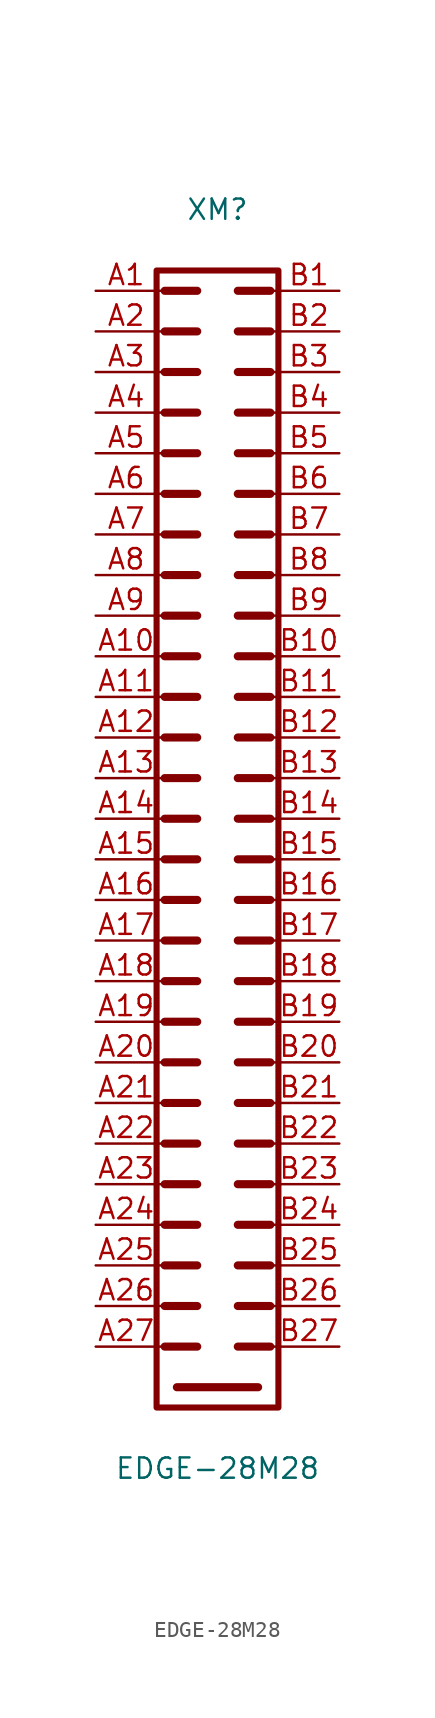
<source format=kicad_sym>
(kicad_symbol_lib
  (version 20231120)
  (generator "kicad_symbol_editor")
  (generator_version "8.0")
  (symbol "EDGE-28M28"
    (pin_names
      (offset 1.016))
    (property "Reference" "XM"
      (at 0 39.37 0)
      (effects (font (size 1.27 1.27))))
    (property "Value" "EDGE-28M28"
      (at 0 -39.37 0)
      (effects (font (size 1.27 1.27))))
    (symbol "EDGE-28M28_0_0"
      (polyline (pts (xy -2.54 -34.29) (xy 2.54 -34.29)) (stroke (width 0.508) (type default)) (fill (type none))))
    (symbol "EDGE-28M28_0_1"
      (rectangle (start -3.81 35.56) (end 3.81 -35.56) (stroke (width 0.381) (type default)) (fill (type none)))
      (polyline (pts (xy -3.81 -31.75) (xy -3.302 -31.75)) (stroke (width 0) (type default)) (fill (type none)))
      (polyline (pts (xy -3.81 -29.21) (xy -3.302 -29.21)) (stroke (width 0) (type default)) (fill (type none)))
      (polyline (pts (xy -3.81 -26.67) (xy -3.302 -26.67)) (stroke (width 0) (type default)) (fill (type none)))
      (polyline (pts (xy -3.81 -24.13) (xy -3.302 -24.13)) (stroke (width 0) (type default)) (fill (type none)))
      (polyline (pts (xy -3.81 -21.59) (xy -3.302 -21.59)) (stroke (width 0) (type default)) (fill (type none)))
      (polyline (pts (xy -3.81 -19.05) (xy -3.302 -19.05)) (stroke (width 0) (type default)) (fill (type none)))
      (polyline (pts (xy -3.81 -16.51) (xy -3.302 -16.51)) (stroke (width 0) (type default)) (fill (type none)))
      (polyline (pts (xy -3.81 -13.97) (xy -3.302 -13.97)) (stroke (width 0) (type default)) (fill (type none)))
      (polyline (pts (xy -3.81 -11.43) (xy -3.302 -11.43)) (stroke (width 0) (type default)) (fill (type none)))
      (polyline (pts (xy -3.81 -8.89) (xy -3.302 -8.89)) (stroke (width 0) (type default)) (fill (type none)))
      (polyline (pts (xy -3.81 -6.35) (xy -3.302 -6.35)) (stroke (width 0) (type default)) (fill (type none)))
      (polyline (pts (xy -3.81 -3.81) (xy -3.302 -3.81)) (stroke (width 0) (type default)) (fill (type none)))
      (polyline (pts (xy -3.81 -1.27) (xy -3.302 -1.27)) (stroke (width 0) (type default)) (fill (type none)))
      (polyline (pts (xy -3.81 1.27) (xy -3.302 1.27)) (stroke (width 0) (type default)) (fill (type none)))
      (polyline (pts (xy -3.81 3.81) (xy -3.302 3.81)) (stroke (width 0) (type default)) (fill (type none)))
      (polyline (pts (xy -3.81 6.35) (xy -3.302 6.35)) (stroke (width 0) (type default)) (fill (type none)))
      (polyline (pts (xy -3.81 8.89) (xy -3.302 8.89)) (stroke (width 0) (type default)) (fill (type none)))
      (polyline (pts (xy -3.81 11.43) (xy -3.302 11.43)) (stroke (width 0) (type default)) (fill (type none)))
      (polyline (pts (xy -3.81 13.97) (xy -3.302 13.97)) (stroke (width 0) (type default)) (fill (type none)))
      (polyline (pts (xy -3.81 16.51) (xy -3.302 16.51)) (stroke (width 0) (type default)) (fill (type none)))
      (polyline (pts (xy -3.81 19.05) (xy -3.302 19.05)) (stroke (width 0) (type default)) (fill (type none)))
      (polyline (pts (xy -3.81 21.59) (xy -3.302 21.59)) (stroke (width 0) (type default)) (fill (type none)))
      (polyline (pts (xy -3.81 24.13) (xy -3.302 24.13)) (stroke (width 0) (type default)) (fill (type none)))
      (polyline (pts (xy -3.81 26.67) (xy -3.302 26.67)) (stroke (width 0) (type default)) (fill (type none)))
      (polyline (pts (xy -3.81 29.21) (xy -3.302 29.21)) (stroke (width 0) (type default)) (fill (type none)))
      (polyline (pts (xy -3.81 31.75) (xy -3.302 31.75)) (stroke (width 0) (type default)) (fill (type none)))
      (polyline (pts (xy -3.81 34.29) (xy -3.302 34.29)) (stroke (width 0) (type default)) (fill (type none)))
      (polyline (pts (xy -3.302 -31.75) (xy -1.27 -31.75)) (stroke (width 0.508) (type default)) (fill (type none)))
      (polyline (pts (xy -3.302 -29.21) (xy -1.27 -29.21)) (stroke (width 0.508) (type default)) (fill (type none)))
      (polyline (pts (xy -3.302 -26.67) (xy -1.27 -26.67)) (stroke (width 0.508) (type default)) (fill (type none)))
      (polyline (pts (xy -3.302 -24.13) (xy -1.27 -24.13)) (stroke (width 0.508) (type default)) (fill (type none)))
      (polyline (pts (xy -3.302 -21.59) (xy -1.27 -21.59)) (stroke (width 0.508) (type default)) (fill (type none)))
      (polyline (pts (xy -3.302 -19.05) (xy -1.27 -19.05)) (stroke (width 0.508) (type default)) (fill (type none)))
      (polyline (pts (xy -3.302 -16.51) (xy -1.27 -16.51)) (stroke (width 0.508) (type default)) (fill (type none)))
      (polyline (pts (xy -3.302 -13.97) (xy -1.27 -13.97)) (stroke (width 0.508) (type default)) (fill (type none)))
      (polyline (pts (xy -3.302 -11.43) (xy -1.27 -11.43)) (stroke (width 0.508) (type default)) (fill (type none)))
      (polyline (pts (xy -3.302 -8.89) (xy -1.27 -8.89)) (stroke (width 0.508) (type default)) (fill (type none)))
      (polyline (pts (xy -3.302 -6.35) (xy -1.27 -6.35)) (stroke (width 0.508) (type default)) (fill (type none)))
      (polyline (pts (xy -3.302 -3.81) (xy -1.27 -3.81)) (stroke (width 0.508) (type default)) (fill (type none)))
      (polyline (pts (xy -3.302 -1.27) (xy -1.27 -1.27)) (stroke (width 0.508) (type default)) (fill (type none)))
      (polyline (pts (xy -3.302 1.27) (xy -1.27 1.27)) (stroke (width 0.508) (type default)) (fill (type none)))
      (polyline (pts (xy -3.302 3.81) (xy -1.27 3.81)) (stroke (width 0.508) (type default)) (fill (type none)))
      (polyline (pts (xy -3.302 6.35) (xy -1.27 6.35)) (stroke (width 0.508) (type default)) (fill (type none)))
      (polyline (pts (xy -3.302 8.89) (xy -1.27 8.89)) (stroke (width 0.508) (type default)) (fill (type none)))
      (polyline (pts (xy -3.302 11.43) (xy -1.27 11.43)) (stroke (width 0.508) (type default)) (fill (type none)))
      (polyline (pts (xy -3.302 13.97) (xy -1.27 13.97)) (stroke (width 0.508) (type default)) (fill (type none)))
      (polyline (pts (xy -3.302 16.51) (xy -1.27 16.51)) (stroke (width 0.508) (type default)) (fill (type none)))
      (polyline (pts (xy -3.302 19.05) (xy -1.27 19.05)) (stroke (width 0.508) (type default)) (fill (type none)))
      (polyline (pts (xy -3.302 21.59) (xy -1.27 21.59)) (stroke (width 0.508) (type default)) (fill (type none)))
      (polyline (pts (xy -3.302 24.13) (xy -1.27 24.13)) (stroke (width 0.508) (type default)) (fill (type none)))
      (polyline (pts (xy -3.302 26.67) (xy -1.27 26.67)) (stroke (width 0.508) (type default)) (fill (type none)))
      (polyline (pts (xy -3.302 29.21) (xy -1.27 29.21)) (stroke (width 0.508) (type default)) (fill (type none)))
      (polyline (pts (xy -3.302 31.75) (xy -1.27 31.75)) (stroke (width 0.508) (type default)) (fill (type none)))
      (polyline (pts (xy -3.302 34.29) (xy -1.27 34.29)) (stroke (width 0.508) (type default)) (fill (type none)))
      (polyline (pts (xy 3.302 -31.75) (xy 1.27 -31.75)) (stroke (width 0.508) (type default)) (fill (type none)))
      (polyline (pts (xy 3.302 -29.21) (xy 1.27 -29.21)) (stroke (width 0.508) (type default)) (fill (type none)))
      (polyline (pts (xy 3.302 -26.67) (xy 1.27 -26.67)) (stroke (width 0.508) (type default)) (fill (type none)))
      (polyline (pts (xy 3.302 -24.13) (xy 1.27 -24.13)) (stroke (width 0.508) (type default)) (fill (type none)))
      (polyline (pts (xy 3.302 -21.59) (xy 1.27 -21.59)) (stroke (width 0.508) (type default)) (fill (type none)))
      (polyline (pts (xy 3.302 -19.05) (xy 1.27 -19.05)) (stroke (width 0.508) (type default)) (fill (type none)))
      (polyline (pts (xy 3.302 -16.51) (xy 1.27 -16.51)) (stroke (width 0.508) (type default)) (fill (type none)))
      (polyline (pts (xy 3.302 -13.97) (xy 1.27 -13.97)) (stroke (width 0.508) (type default)) (fill (type none)))
      (polyline (pts (xy 3.302 -11.43) (xy 1.27 -11.43)) (stroke (width 0.508) (type default)) (fill (type none)))
      (polyline (pts (xy 3.302 -8.89) (xy 1.27 -8.89)) (stroke (width 0.508) (type default)) (fill (type none)))
      (polyline (pts (xy 3.302 -6.35) (xy 1.27 -6.35)) (stroke (width 0.508) (type default)) (fill (type none)))
      (polyline (pts (xy 3.302 -3.81) (xy 1.27 -3.81)) (stroke (width 0.508) (type default)) (fill (type none)))
      (polyline (pts (xy 3.302 -1.27) (xy 1.27 -1.27)) (stroke (width 0.508) (type default)) (fill (type none)))
      (polyline (pts (xy 3.302 1.27) (xy 1.27 1.27)) (stroke (width 0.508) (type default)) (fill (type none)))
      (polyline (pts (xy 3.302 3.81) (xy 1.27 3.81)) (stroke (width 0.508) (type default)) (fill (type none)))
      (polyline (pts (xy 3.302 6.35) (xy 1.27 6.35)) (stroke (width 0.508) (type default)) (fill (type none)))
      (polyline (pts (xy 3.302 8.89) (xy 1.27 8.89)) (stroke (width 0.508) (type default)) (fill (type none)))
      (polyline (pts (xy 3.302 11.43) (xy 1.27 11.43)) (stroke (width 0.508) (type default)) (fill (type none)))
      (polyline (pts (xy 3.302 13.97) (xy 1.27 13.97)) (stroke (width 0.508) (type default)) (fill (type none)))
      (polyline (pts (xy 3.302 16.51) (xy 1.27 16.51)) (stroke (width 0.508) (type default)) (fill (type none)))
      (polyline (pts (xy 3.302 19.05) (xy 1.27 19.05)) (stroke (width 0.508) (type default)) (fill (type none)))
      (polyline (pts (xy 3.302 21.59) (xy 1.27 21.59)) (stroke (width 0.508) (type default)) (fill (type none)))
      (polyline (pts (xy 3.302 24.13) (xy 1.27 24.13)) (stroke (width 0.508) (type default)) (fill (type none)))
      (polyline (pts (xy 3.302 26.67) (xy 1.27 26.67)) (stroke (width 0.508) (type default)) (fill (type none)))
      (polyline (pts (xy 3.302 29.21) (xy 1.27 29.21)) (stroke (width 0.508) (type default)) (fill (type none)))
      (polyline (pts (xy 3.302 31.75) (xy 1.27 31.75)) (stroke (width 0.508) (type default)) (fill (type none)))
      (polyline (pts (xy 3.302 34.29) (xy 1.27 34.29)) (stroke (width 0.508) (type default)) (fill (type none)))
      (polyline (pts (xy 3.81 -31.75) (xy 3.302 -31.75)) (stroke (width 0) (type default)) (fill (type none)))
      (polyline (pts (xy 3.81 -29.21) (xy 3.302 -29.21)) (stroke (width 0) (type default)) (fill (type none)))
      (polyline (pts (xy 3.81 -26.67) (xy 3.302 -26.67)) (stroke (width 0) (type default)) (fill (type none)))
      (polyline (pts (xy 3.81 -24.13) (xy 3.302 -24.13)) (stroke (width 0) (type default)) (fill (type none)))
      (polyline (pts (xy 3.81 -21.59) (xy 3.302 -21.59)) (stroke (width 0) (type default)) (fill (type none)))
      (polyline (pts (xy 3.81 -19.05) (xy 3.302 -19.05)) (stroke (width 0) (type default)) (fill (type none)))
      (polyline (pts (xy 3.81 -16.51) (xy 3.302 -16.51)) (stroke (width 0) (type default)) (fill (type none)))
      (polyline (pts (xy 3.81 -13.97) (xy 3.302 -13.97)) (stroke (width 0) (type default)) (fill (type none)))
      (polyline (pts (xy 3.81 -11.43) (xy 3.302 -11.43)) (stroke (width 0) (type default)) (fill (type none)))
      (polyline (pts (xy 3.81 -8.89) (xy 3.302 -8.89)) (stroke (width 0) (type default)) (fill (type none)))
      (polyline (pts (xy 3.81 -6.35) (xy 3.302 -6.35)) (stroke (width 0) (type default)) (fill (type none)))
      (polyline (pts (xy 3.81 -3.81) (xy 3.302 -3.81)) (stroke (width 0) (type default)) (fill (type none)))
      (polyline (pts (xy 3.81 -1.27) (xy 3.302 -1.27)) (stroke (width 0) (type default)) (fill (type none)))
      (polyline (pts (xy 3.81 1.27) (xy 3.302 1.27)) (stroke (width 0) (type default)) (fill (type none)))
      (polyline (pts (xy 3.81 3.81) (xy 3.302 3.81)) (stroke (width 0) (type default)) (fill (type none)))
      (polyline (pts (xy 3.81 6.35) (xy 3.302 6.35)) (stroke (width 0) (type default)) (fill (type none)))
      (polyline (pts (xy 3.81 8.89) (xy 3.302 8.89)) (stroke (width 0) (type default)) (fill (type none)))
      (polyline (pts (xy 3.81 11.43) (xy 3.302 11.43)) (stroke (width 0) (type default)) (fill (type none)))
      (polyline (pts (xy 3.81 13.97) (xy 3.302 13.97)) (stroke (width 0) (type default)) (fill (type none)))
      (polyline (pts (xy 3.81 16.51) (xy 3.302 16.51)) (stroke (width 0) (type default)) (fill (type none)))
      (polyline (pts (xy 3.81 19.05) (xy 3.302 19.05)) (stroke (width 0) (type default)) (fill (type none)))
      (polyline (pts (xy 3.81 21.59) (xy 3.302 21.59)) (stroke (width 0) (type default)) (fill (type none)))
      (polyline (pts (xy 3.81 24.13) (xy 3.302 24.13)) (stroke (width 0) (type default)) (fill (type none)))
      (polyline (pts (xy 3.81 26.67) (xy 3.302 26.67)) (stroke (width 0) (type default)) (fill (type none)))
      (polyline (pts (xy 3.81 29.21) (xy 3.302 29.21)) (stroke (width 0) (type default)) (fill (type none)))
      (polyline (pts (xy 3.81 31.75) (xy 3.302 31.75)) (stroke (width 0) (type default)) (fill (type none)))
      (polyline (pts (xy 3.81 34.29) (xy 3.302 34.29)) (stroke (width 0) (type default)) (fill (type none))))
    (symbol "EDGE-28M28_1_1"
      (pin passive line (at -7.62 34.29 0) (length 3.81) (name "~" (effects (font (size 1.27 1.27)))) (number "A1" (effects (font (size 1.27 1.27)))))
      (pin passive line (at -7.62 11.43 0) (length 3.81) (name "~" (effects (font (size 1.27 1.27)))) (number "A10" (effects (font (size 1.27 1.27)))))
      (pin passive line (at -7.62 8.89 0) (length 3.81) (name "~" (effects (font (size 1.27 1.27)))) (number "A11" (effects (font (size 1.27 1.27)))))
      (pin passive line (at -7.62 6.35 0) (length 3.81) (name "~" (effects (font (size 1.27 1.27)))) (number "A12" (effects (font (size 1.27 1.27)))))
      (pin passive line (at -7.62 3.81 0) (length 3.81) (name "~" (effects (font (size 1.27 1.27)))) (number "A13" (effects (font (size 1.27 1.27)))))
      (pin passive line (at -7.62 1.27 0) (length 3.81) (name "~" (effects (font (size 1.27 1.27)))) (number "A14" (effects (font (size 1.27 1.27)))))
      (pin passive line (at -7.62 -1.27 0) (length 3.81) (name "~" (effects (font (size 1.27 1.27)))) (number "A15" (effects (font (size 1.27 1.27)))))
      (pin passive line (at -7.62 -3.81 0) (length 3.81) (name "~" (effects (font (size 1.27 1.27)))) (number "A16" (effects (font (size 1.27 1.27)))))
      (pin passive line (at -7.62 -6.35 0) (length 3.81) (name "~" (effects (font (size 1.27 1.27)))) (number "A17" (effects (font (size 1.27 1.27)))))
      (pin passive line (at -7.62 -8.89 0) (length 3.81) (name "~" (effects (font (size 1.27 1.27)))) (number "A18" (effects (font (size 1.27 1.27)))))
      (pin passive line (at -7.62 -11.43 0) (length 3.81) (name "~" (effects (font (size 1.27 1.27)))) (number "A19" (effects (font (size 1.27 1.27)))))
      (pin passive line (at -7.62 31.75 0) (length 3.81) (name "~" (effects (font (size 1.27 1.27)))) (number "A2" (effects (font (size 1.27 1.27)))))
      (pin passive line (at -7.62 -13.97 0) (length 3.81) (name "~" (effects (font (size 1.27 1.27)))) (number "A20" (effects (font (size 1.27 1.27)))))
      (pin passive line (at -7.62 -16.51 0) (length 3.81) (name "~" (effects (font (size 1.27 1.27)))) (number "A21" (effects (font (size 1.27 1.27)))))
      (pin passive line (at -7.62 -19.05 0) (length 3.81) (name "~" (effects (font (size 1.27 1.27)))) (number "A22" (effects (font (size 1.27 1.27)))))
      (pin passive line (at -7.62 -21.59 0) (length 3.81) (name "~" (effects (font (size 1.27 1.27)))) (number "A23" (effects (font (size 1.27 1.27)))))
      (pin passive line (at -7.62 -24.13 0) (length 3.81) (name "~" (effects (font (size 1.27 1.27)))) (number "A24" (effects (font (size 1.27 1.27)))))
      (pin passive line (at -7.62 -26.67 0) (length 3.81) (name "~" (effects (font (size 1.27 1.27)))) (number "A25" (effects (font (size 1.27 1.27)))))
      (pin passive line (at -7.62 -29.21 0) (length 3.81) (name "~" (effects (font (size 1.27 1.27)))) (number "A26" (effects (font (size 1.27 1.27)))))
      (pin passive line (at -7.62 -31.75 0) (length 3.81) (name "~" (effects (font (size 1.27 1.27)))) (number "A27" (effects (font (size 1.27 1.27)))))
      (pin passive line (at -7.62 29.21 0) (length 3.81) (name "~" (effects (font (size 1.27 1.27)))) (number "A3" (effects (font (size 1.27 1.27)))))
      (pin passive line (at -7.62 26.67 0) (length 3.81) (name "~" (effects (font (size 1.27 1.27)))) (number "A4" (effects (font (size 1.27 1.27)))))
      (pin passive line (at -7.62 24.13 0) (length 3.81) (name "~" (effects (font (size 1.27 1.27)))) (number "A5" (effects (font (size 1.27 1.27)))))
      (pin passive line (at -7.62 21.59 0) (length 3.81) (name "~" (effects (font (size 1.27 1.27)))) (number "A6" (effects (font (size 1.27 1.27)))))
      (pin passive line (at -7.62 19.05 0) (length 3.81) (name "~" (effects (font (size 1.27 1.27)))) (number "A7" (effects (font (size 1.27 1.27)))))
      (pin passive line (at -7.62 16.51 0) (length 3.81) (name "~" (effects (font (size 1.27 1.27)))) (number "A8" (effects (font (size 1.27 1.27)))))
      (pin passive line (at -7.62 13.97 0) (length 3.81) (name "~" (effects (font (size 1.27 1.27)))) (number "A9" (effects (font (size 1.27 1.27)))))
      (pin passive line (at 7.62 34.29 180) (length 3.81) (name "~" (effects (font (size 1.27 1.27)))) (number "B1" (effects (font (size 1.27 1.27)))))
      (pin passive line (at 7.62 11.43 180) (length 3.81) (name "~" (effects (font (size 1.27 1.27)))) (number "B10" (effects (font (size 1.27 1.27)))))
      (pin passive line (at 7.62 8.89 180) (length 3.81) (name "~" (effects (font (size 1.27 1.27)))) (number "B11" (effects (font (size 1.27 1.27)))))
      (pin passive line (at 7.62 6.35 180) (length 3.81) (name "~" (effects (font (size 1.27 1.27)))) (number "B12" (effects (font (size 1.27 1.27)))))
      (pin passive line (at 7.62 3.81 180) (length 3.81) (name "~" (effects (font (size 1.27 1.27)))) (number "B13" (effects (font (size 1.27 1.27)))))
      (pin passive line (at 7.62 1.27 180) (length 3.81) (name "~" (effects (font (size 1.27 1.27)))) (number "B14" (effects (font (size 1.27 1.27)))))
      (pin passive line (at 7.62 -1.27 180) (length 3.81) (name "~" (effects (font (size 1.27 1.27)))) (number "B15" (effects (font (size 1.27 1.27)))))
      (pin passive line (at 7.62 -3.81 180) (length 3.81) (name "~" (effects (font (size 1.27 1.27)))) (number "B16" (effects (font (size 1.27 1.27)))))
      (pin passive line (at 7.62 -6.35 180) (length 3.81) (name "~" (effects (font (size 1.27 1.27)))) (number "B17" (effects (font (size 1.27 1.27)))))
      (pin passive line (at 7.62 -8.89 180) (length 3.81) (name "~" (effects (font (size 1.27 1.27)))) (number "B18" (effects (font (size 1.27 1.27)))))
      (pin passive line (at 7.62 -11.43 180) (length 3.81) (name "~" (effects (font (size 1.27 1.27)))) (number "B19" (effects (font (size 1.27 1.27)))))
      (pin passive line (at 7.62 31.75 180) (length 3.81) (name "~" (effects (font (size 1.27 1.27)))) (number "B2" (effects (font (size 1.27 1.27)))))
      (pin passive line (at 7.62 -13.97 180) (length 3.81) (name "~" (effects (font (size 1.27 1.27)))) (number "B20" (effects (font (size 1.27 1.27)))))
      (pin passive line (at 7.62 -16.51 180) (length 3.81) (name "~" (effects (font (size 1.27 1.27)))) (number "B21" (effects (font (size 1.27 1.27)))))
      (pin passive line (at 7.62 -19.05 180) (length 3.81) (name "~" (effects (font (size 1.27 1.27)))) (number "B22" (effects (font (size 1.27 1.27)))))
      (pin passive line (at 7.62 -21.59 180) (length 3.81) (name "~" (effects (font (size 1.27 1.27)))) (number "B23" (effects (font (size 1.27 1.27)))))
      (pin passive line (at 7.62 -24.13 180) (length 3.81) (name "~" (effects (font (size 1.27 1.27)))) (number "B24" (effects (font (size 1.27 1.27)))))
      (pin passive line (at 7.62 -26.67 180) (length 3.81) (name "~" (effects (font (size 1.27 1.27)))) (number "B25" (effects (font (size 1.27 1.27)))))
      (pin passive line (at 7.62 -29.21 180) (length 3.81) (name "~" (effects (font (size 1.27 1.27)))) (number "B26" (effects (font (size 1.27 1.27)))))
      (pin passive line (at 7.62 -31.75 180) (length 3.81) (name "~" (effects (font (size 1.27 1.27)))) (number "B27" (effects (font (size 1.27 1.27)))))
      (pin passive line (at 7.62 29.21 180) (length 3.81) (name "~" (effects (font (size 1.27 1.27)))) (number "B3" (effects (font (size 1.27 1.27)))))
      (pin passive line (at 7.62 26.67 180) (length 3.81) (name "~" (effects (font (size 1.27 1.27)))) (number "B4" (effects (font (size 1.27 1.27)))))
      (pin passive line (at 7.62 24.13 180) (length 3.81) (name "~" (effects (font (size 1.27 1.27)))) (number "B5" (effects (font (size 1.27 1.27)))))
      (pin passive line (at 7.62 21.59 180) (length 3.81) (name "~" (effects (font (size 1.27 1.27)))) (number "B6" (effects (font (size 1.27 1.27)))))
      (pin passive line (at 7.62 19.05 180) (length 3.81) (name "~" (effects (font (size 1.27 1.27)))) (number "B7" (effects (font (size 1.27 1.27)))))
      (pin passive line (at 7.62 16.51 180) (length 3.81) (name "~" (effects (font (size 1.27 1.27)))) (number "B8" (effects (font (size 1.27 1.27)))))
      (pin passive line (at 7.62 13.97 180) (length 3.81) (name "~" (effects (font (size 1.27 1.27)))) (number "B9" (effects (font (size 1.27 1.27))))))))
</source>
